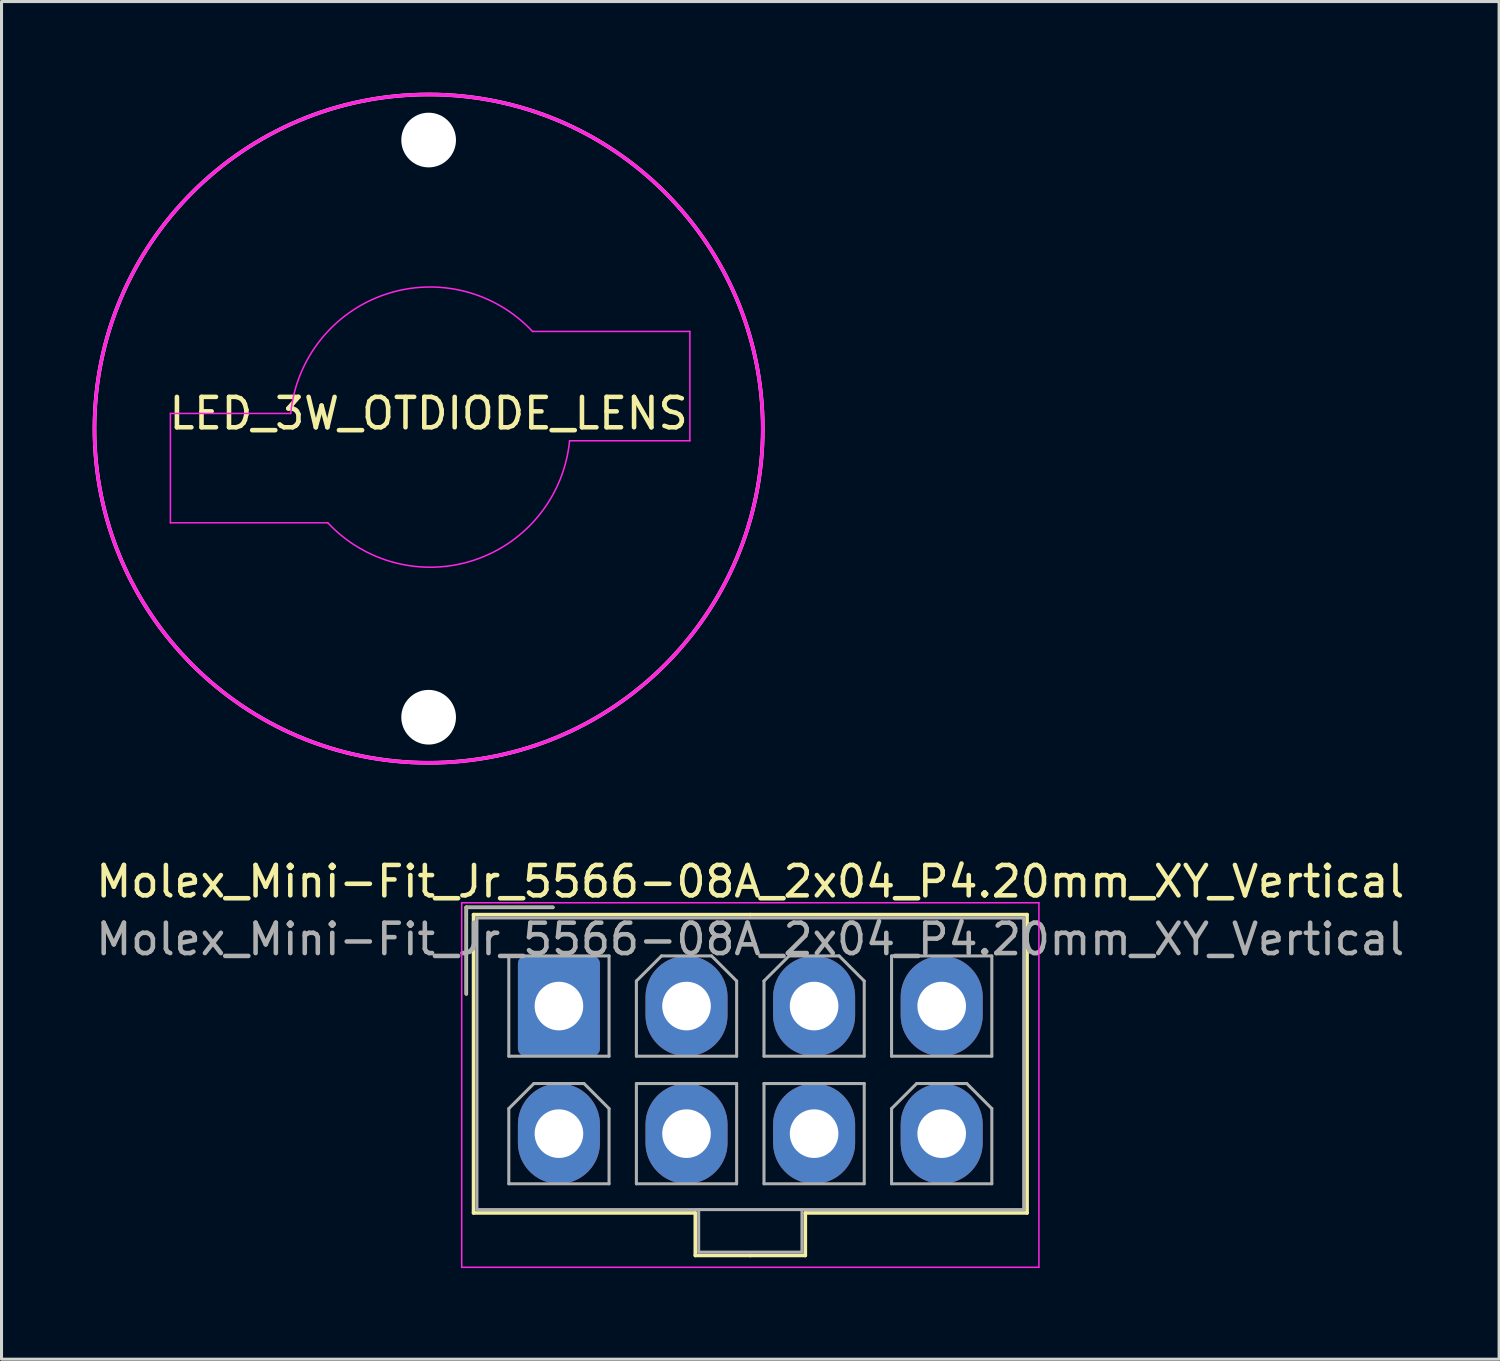
<source format=kicad_pcb>
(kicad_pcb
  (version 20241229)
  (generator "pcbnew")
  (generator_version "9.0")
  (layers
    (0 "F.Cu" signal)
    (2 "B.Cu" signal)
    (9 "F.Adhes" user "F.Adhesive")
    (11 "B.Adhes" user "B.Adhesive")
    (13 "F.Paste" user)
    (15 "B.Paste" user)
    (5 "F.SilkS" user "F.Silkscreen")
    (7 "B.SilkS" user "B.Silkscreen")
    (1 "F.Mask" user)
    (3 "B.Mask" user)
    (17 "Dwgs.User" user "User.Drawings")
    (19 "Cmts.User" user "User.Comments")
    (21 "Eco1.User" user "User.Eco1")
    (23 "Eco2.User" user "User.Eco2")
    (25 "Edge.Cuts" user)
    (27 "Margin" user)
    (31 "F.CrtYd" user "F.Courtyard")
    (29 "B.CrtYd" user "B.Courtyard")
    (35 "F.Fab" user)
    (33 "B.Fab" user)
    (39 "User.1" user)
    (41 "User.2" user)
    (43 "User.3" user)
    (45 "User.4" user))
  (footprint "Molex_Mini-Fit_Jr_5566-08A_2x04_P4.20mm_XY_Vertical"
    (layer "F.Cu")
    (at 15.349 30.068)
    (property "Reference" "Molex_Mini-Fit_Jr_5566-08A_2x04_P4.20mm_XY_Vertical" (at 6.3 -4.1 0) (layer "F.SilkS") (effects (font (size 1 1) (thickness 0.15))))
    (attr through_hole)
    (fp_line (start -3.05 -3.25) (end -3.05 -0.4) (stroke (width 0.12) (type solid)) (layer "F.SilkS"))
    (fp_line (start -2.81 -3.01) (end -2.81 6.81) (stroke (width 0.12) (type solid)) (layer "F.SilkS"))
    (fp_line (start -2.81 6.81) (end 4.49 6.81) (stroke (width 0.12) (type solid)) (layer "F.SilkS"))
    (fp_line (start -0.2 -3.25) (end -3.05 -3.25) (stroke (width 0.12) (type solid)) (layer "F.SilkS"))
    (fp_line (start 4.49 6.81) (end 4.49 8.21) (stroke (width 0.12) (type solid)) (layer "F.SilkS"))
    (fp_line (start 4.49 8.21) (end 6.3 8.21) (stroke (width 0.12) (type solid)) (layer "F.SilkS"))
    (fp_line (start 6.3 -3.01) (end -2.81 -3.01) (stroke (width 0.12) (type solid)) (layer "F.SilkS"))
    (fp_line (start 6.3 -3.01) (end 15.41 -3.01) (stroke (width 0.12) (type solid)) (layer "F.SilkS"))
    (fp_line (start 8.11 6.81) (end 8.11 8.21) (stroke (width 0.12) (type solid)) (layer "F.SilkS"))
    (fp_line (start 8.11 8.21) (end 6.3 8.21) (stroke (width 0.12) (type solid)) (layer "F.SilkS"))
    (fp_line (start 15.41 -3.01) (end 15.41 6.81) (stroke (width 0.12) (type solid)) (layer "F.SilkS"))
    (fp_line (start 15.41 6.81) (end 8.11 6.81) (stroke (width 0.12) (type solid)) (layer "F.SilkS"))
    (fp_line (start -3.2 -3.4) (end -3.2 8.6) (stroke (width 0.05) (type solid)) (layer "F.CrtYd"))
    (fp_line (start -3.2 8.6) (end 15.8 8.6) (stroke (width 0.05) (type solid)) (layer "F.CrtYd"))
    (fp_line (start 15.8 -3.4) (end -3.2 -3.4) (stroke (width 0.05) (type solid)) (layer "F.CrtYd"))
    (fp_line (start 15.8 8.6) (end 15.8 -3.4) (stroke (width 0.05) (type solid)) (layer "F.CrtYd"))
    (fp_line (start -3.05 -3.25) (end -3.05 -0.4) (stroke (width 0.1) (type solid)) (layer "F.Fab"))
    (fp_line (start -2.7 -2.9) (end -2.7 6.7) (stroke (width 0.1) (type solid)) (layer "F.Fab"))
    (fp_line (start -2.7 6.7) (end 15.3 6.7) (stroke (width 0.1) (type solid)) (layer "F.Fab"))
    (fp_line (start -1.65 -1.65) (end -1.65 1.65) (stroke (width 0.1) (type solid)) (layer "F.Fab"))
    (fp_line (start -1.65 1.65) (end 1.65 1.65) (stroke (width 0.1) (type solid)) (layer "F.Fab"))
    (fp_line (start -1.65 3.375) (end -0.825 2.55) (stroke (width 0.1) (type solid)) (layer "F.Fab"))
    (fp_line (start -1.65 5.85) (end -1.65 3.375) (stroke (width 0.1) (type solid)) (layer "F.Fab"))
    (fp_line (start -0.825 2.55) (end 0.825 2.55) (stroke (width 0.1) (type solid)) (layer "F.Fab"))
    (fp_line (start -0.2 -3.25) (end -3.05 -3.25) (stroke (width 0.1) (type solid)) (layer "F.Fab"))
    (fp_line (start 0.825 2.55) (end 1.65 3.375) (stroke (width 0.1) (type solid)) (layer "F.Fab"))
    (fp_line (start 1.65 -1.65) (end -1.65 -1.65) (stroke (width 0.1) (type solid)) (layer "F.Fab"))
    (fp_line (start 1.65 1.65) (end 1.65 -1.65) (stroke (width 0.1) (type solid)) (layer "F.Fab"))
    (fp_line (start 1.65 3.375) (end 1.65 5.85) (stroke (width 0.1) (type solid)) (layer "F.Fab"))
    (fp_line (start 1.65 5.85) (end -1.65 5.85) (stroke (width 0.1) (type solid)) (layer "F.Fab"))
    (fp_line (start 2.55 -0.825) (end 3.375 -1.65) (stroke (width 0.1) (type solid)) (layer "F.Fab"))
    (fp_line (start 2.55 1.65) (end 2.55 -0.825) (stroke (width 0.1) (type solid)) (layer "F.Fab"))
    (fp_line (start 2.55 2.55) (end 2.55 5.85) (stroke (width 0.1) (type solid)) (layer "F.Fab"))
    (fp_line (start 2.55 5.85) (end 5.85 5.85) (stroke (width 0.1) (type solid)) (layer "F.Fab"))
    (fp_line (start 3.375 -1.65) (end 5.025 -1.65) (stroke (width 0.1) (type solid)) (layer "F.Fab"))
    (fp_line (start 4.6 6.7) (end 4.6 8.1) (stroke (width 0.1) (type solid)) (layer "F.Fab"))
    (fp_line (start 4.6 8.1) (end 8 8.1) (stroke (width 0.1) (type solid)) (layer "F.Fab"))
    (fp_line (start 5.025 -1.65) (end 5.85 -0.825) (stroke (width 0.1) (type solid)) (layer "F.Fab"))
    (fp_line (start 5.85 -0.825) (end 5.85 1.65) (stroke (width 0.1) (type solid)) (layer "F.Fab"))
    (fp_line (start 5.85 1.65) (end 2.55 1.65) (stroke (width 0.1) (type solid)) (layer "F.Fab"))
    (fp_line (start 5.85 2.55) (end 2.55 2.55) (stroke (width 0.1) (type solid)) (layer "F.Fab"))
    (fp_line (start 5.85 5.85) (end 5.85 2.55) (stroke (width 0.1) (type solid)) (layer "F.Fab"))
    (fp_line (start 6.75 -0.825) (end 7.575 -1.65) (stroke (width 0.1) (type solid)) (layer "F.Fab"))
    (fp_line (start 6.75 1.65) (end 6.75 -0.825) (stroke (width 0.1) (type solid)) (layer "F.Fab"))
    (fp_line (start 6.75 2.55) (end 6.75 5.85) (stroke (width 0.1) (type solid)) (layer "F.Fab"))
    (fp_line (start 6.75 5.85) (end 10.05 5.85) (stroke (width 0.1) (type solid)) (layer "F.Fab"))
    (fp_line (start 7.575 -1.65) (end 9.225 -1.65) (stroke (width 0.1) (type solid)) (layer "F.Fab"))
    (fp_line (start 8 8.1) (end 8 6.7) (stroke (width 0.1) (type solid)) (layer "F.Fab"))
    (fp_line (start 9.225 -1.65) (end 10.05 -0.825) (stroke (width 0.1) (type solid)) (layer "F.Fab"))
    (fp_line (start 10.05 -0.825) (end 10.05 1.65) (stroke (width 0.1) (type solid)) (layer "F.Fab"))
    (fp_line (start 10.05 1.65) (end 6.75 1.65) (stroke (width 0.1) (type solid)) (layer "F.Fab"))
    (fp_line (start 10.05 2.55) (end 6.75 2.55) (stroke (width 0.1) (type solid)) (layer "F.Fab"))
    (fp_line (start 10.05 5.85) (end 10.05 2.55) (stroke (width 0.1) (type solid)) (layer "F.Fab"))
    (fp_line (start 10.95 -1.65) (end 10.95 1.65) (stroke (width 0.1) (type solid)) (layer "F.Fab"))
    (fp_line (start 10.95 1.65) (end 14.25 1.65) (stroke (width 0.1) (type solid)) (layer "F.Fab"))
    (fp_line (start 10.95 3.375) (end 11.775 2.55) (stroke (width 0.1) (type solid)) (layer "F.Fab"))
    (fp_line (start 10.95 5.85) (end 10.95 3.375) (stroke (width 0.1) (type solid)) (layer "F.Fab"))
    (fp_line (start 11.775 2.55) (end 13.425 2.55) (stroke (width 0.1) (type solid)) (layer "F.Fab"))
    (fp_line (start 13.425 2.55) (end 14.25 3.375) (stroke (width 0.1) (type solid)) (layer "F.Fab"))
    (fp_line (start 14.25 -1.65) (end 10.95 -1.65) (stroke (width 0.1) (type solid)) (layer "F.Fab"))
    (fp_line (start 14.25 1.65) (end 14.25 -1.65) (stroke (width 0.1) (type solid)) (layer "F.Fab"))
    (fp_line (start 14.25 3.375) (end 14.25 5.85) (stroke (width 0.1) (type solid)) (layer "F.Fab"))
    (fp_line (start 14.25 5.85) (end 10.95 5.85) (stroke (width 0.1) (type solid)) (layer "F.Fab"))
    (fp_line (start 15.3 -2.9) (end -2.7 -2.9) (stroke (width 0.1) (type solid)) (layer "F.Fab"))
    (fp_line (start 15.3 6.7) (end 15.3 -2.9) (stroke (width 0.1) (type solid)) (layer "F.Fab"))
    (fp_text user "${REFERENCE}" (at 6.3 -2.2 0) (layer "F.Fab") (effects (font (size 1 1) (thickness 0.15))))
    (pad "1" thru_hole roundrect (at 0 0) (size 2.7 3.3) (drill 1.6) (layers "*.Cu" "*.Mask") (roundrect_rratio 0.093))
    (pad "2" thru_hole oval (at 4.2 0) (size 2.7 3.3) (drill 1.6) (layers "*.Cu" "*.Mask"))
    (pad "3" thru_hole oval (at 8.4 0) (size 2.7 3.3) (drill 1.6) (layers "*.Cu" "*.Mask"))
    (pad "4" thru_hole oval (at 12.6 0) (size 2.7 3.3) (drill 1.6) (layers "*.Cu" "*.Mask"))
    (pad "5" thru_hole oval (at 0 4.2) (size 2.7 3.3) (drill 1.6) (layers "*.Cu" "*.Mask"))
    (pad "6" thru_hole oval (at 4.2 4.2) (size 2.7 3.3) (drill 1.6) (layers "*.Cu" "*.Mask"))
    (pad "7" thru_hole oval (at 8.4 4.2) (size 2.7 3.3) (drill 1.6) (layers "*.Cu" "*.Mask"))
    (pad "8" thru_hole oval (at 12.6 4.2) (size 2.7 3.3) (drill 1.6) (layers "*.Cu" "*.Mask")))
  (footprint "LED_3W_OTDIODE_LENS"
    (layer "F.Cu")
    (at 11.06 11.06)
    (property "Reference" "LED_3W_OTDIODE_LENS" (at 0 -0.5 0) (unlocked yes) (layer "F.SilkS") (effects (font (size 1 1) (thickness 0.15))))
    (attr through_hole)
    (fp_circle (center 0 0) (end 11 0) (stroke (width 0.12) (type default)) (fill no) (layer "F.SilkS"))
    (fp_line (start -8.5 -0.5) (end -8.5 3.1) (stroke (width 0.05) (type solid)) (layer "F.CrtYd"))
    (fp_line (start -8.5 3.1) (end -3.32 3.1) (stroke (width 0.05) (type solid)) (layer "F.CrtYd"))
    (fp_line (start -4.54 -0.5) (end -8.5 -0.5) (stroke (width 0.05) (type solid)) (layer "F.CrtYd"))
    (fp_line (start 3.42 -3.2) (end 8.6 -3.2) (stroke (width 0.05) (type solid)) (layer "F.CrtYd"))
    (fp_line (start 8.6 -3.2) (end 8.6 0.4) (stroke (width 0.05) (type solid)) (layer "F.CrtYd"))
    (fp_line (start 8.6 0.4) (end 4.64 0.4) (stroke (width 0.05) (type solid)) (layer "F.CrtYd"))
    (fp_arc (start -4.54 -0.5) (mid -1.431265 -4.41766) (end 3.419303 -3.199349) (stroke (width 0.05) (type solid)) (layer "F.CrtYd"))
    (fp_arc (start 4.64 0.4) (mid 1.531265 4.31766) (end -3.319303 3.099349) (stroke (width 0.05) (type solid)) (layer "F.CrtYd"))
    (fp_circle (center 0 0) (end 11 0) (stroke (width 0.12) (type default)) (fill no) (layer "F.CrtYd"))
    (pad "" np_thru_hole circle (at 0 -9.5) (size 1.8 1.8) (drill 1.8) (layers "*.Cu" "*.Mask"))
    (pad "" np_thru_hole circle (at 0 9.5) (size 1.8 1.8) (drill 1.8) (layers "*.Cu" "*.Mask")))
  (gr_rect
    (start -3 -3)
    (end 46.298 41.693)
    (stroke (width 0.1) (type default))
    (fill no)
    (layer "Edge.Cuts")))
</source>
